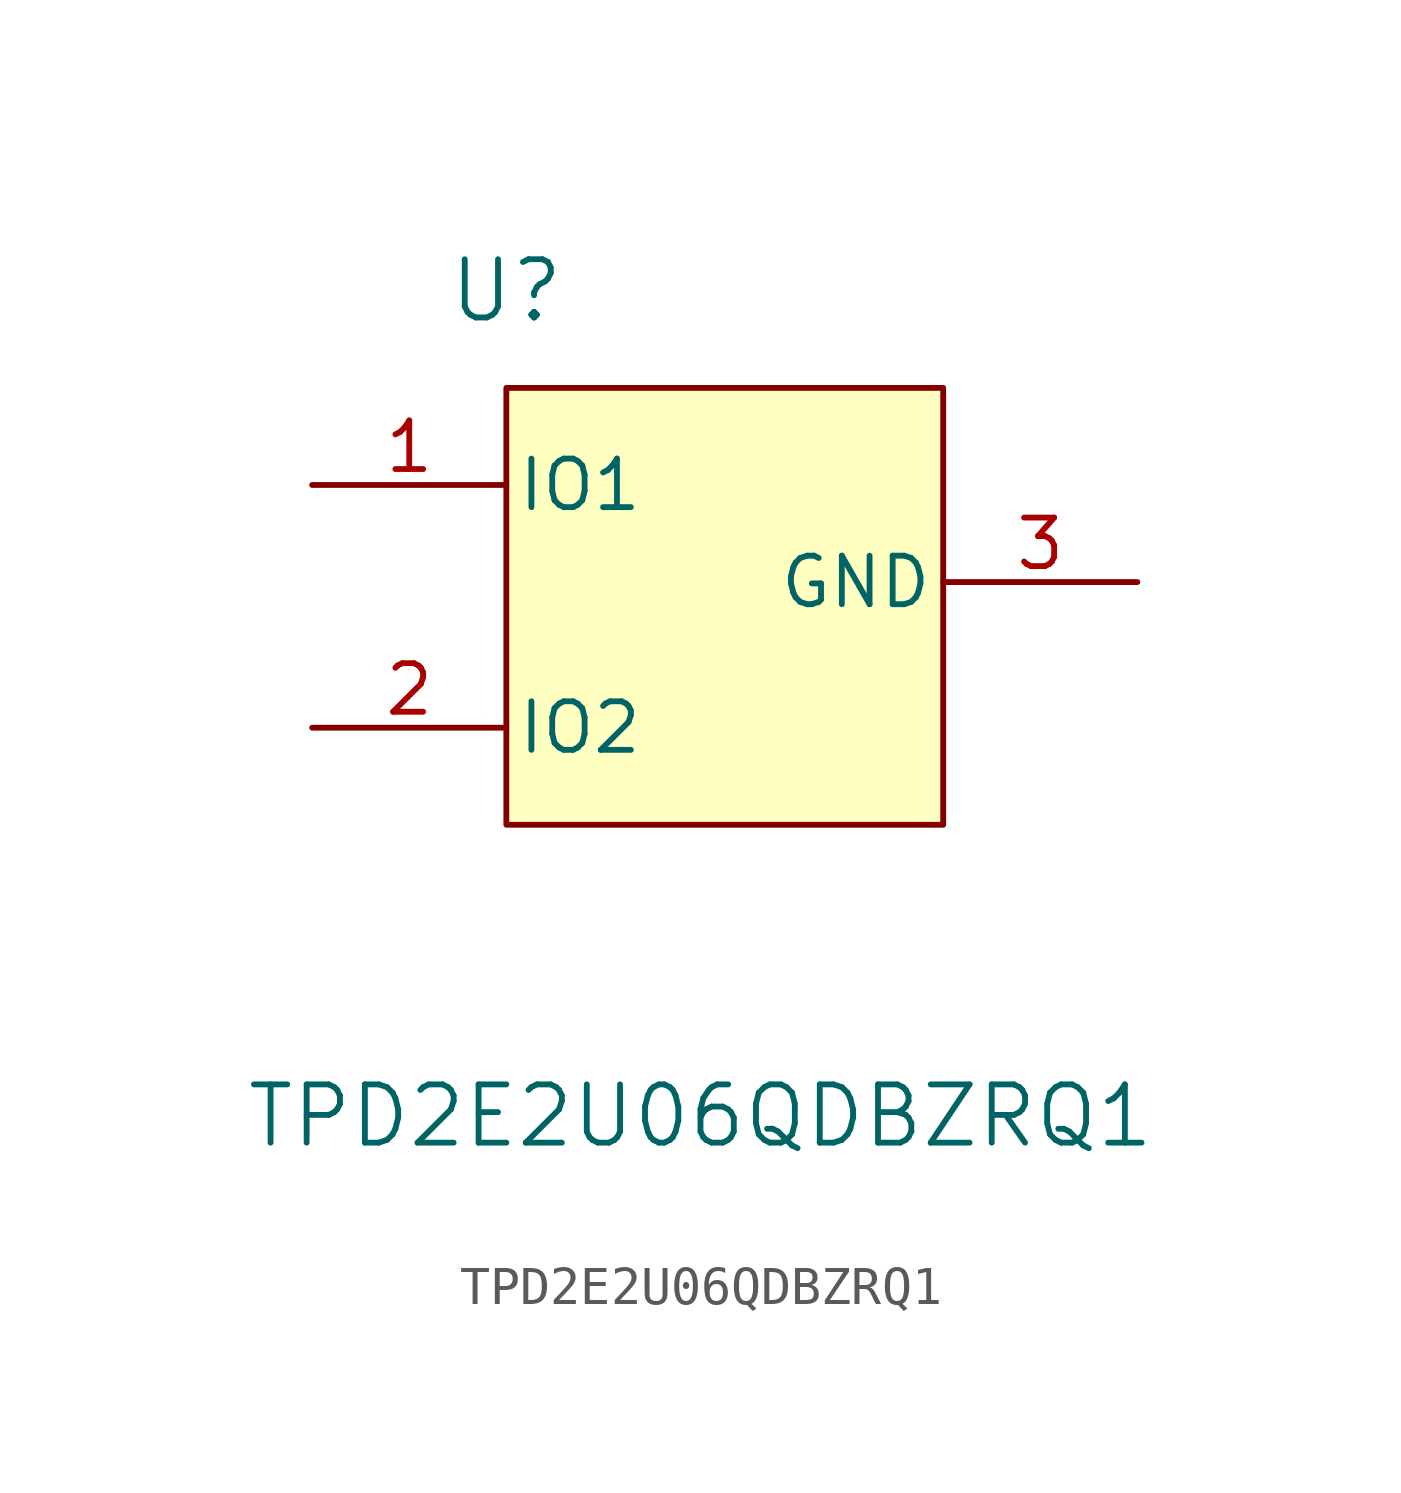
<source format=kicad_sym>
(kicad_symbol_lib
  (version 20220914)
  (generator kicad_symbol_editor)
  (symbol "TPD2E2U06QDBZRQ1"
    (pin_names
      (offset 0.254))
    (property "Reference" "U"
      (at -5.08 7.62 0)
      (effects (font (size 1.524 1.524))))
    (property "Value" "TPD2E2U06QDBZRQ1"
      (at 0 -13.97 0)
      (effects (font (size 1.524 1.524))))
    (property "ki_locked" ""
      (at 0 0 0)
      (effects (font (size 1.27 1.27))))
    (symbol "TPD2E2U06QDBZRQ1_0_1"
      (polyline (pts (xy -5.08 -6.35) (xy 6.35 -6.35)) (stroke (width 0.102) (type default)) (fill (type none)))
      (polyline (pts (xy -5.08 5.08) (xy -5.08 -6.35)) (stroke (width 0.102) (type default)) (fill (type none)))
      (polyline (pts (xy 6.35 5.08) (xy -5.08 5.08)) (stroke (width 0.102) (type default)) (fill (type none)))
      (pin unspecified line (at -10.16 2.54 0) (length 5.08) (name "IO1" (effects (font (size 1.27 1.27)))) (number "1" (effects (font (size 1.27 1.27)))))
      (pin unspecified line (at -10.16 -3.81 0) (length 5.08) (name "IO2" (effects (font (size 1.27 1.27)))) (number "2" (effects (font (size 1.27 1.27)))))
      (pin power_in line (at 11.43 0 180) (length 5.08) (name "GND" (effects (font (size 1.27 1.27)))) (number "3" (effects (font (size 1.27 1.27))))))
    (symbol "TPD2E2U06QDBZRQ1_1_1"
      (rectangle (start -5.08 5.08) (end 6.35 -6.35) (stroke (width 0) (type default)) (fill (type background)))
      (polyline (pts (xy 6.35 -6.35) (xy 6.35 5.08)) (stroke (width 0.102) (type default)) (fill (type none))))))
</source>
